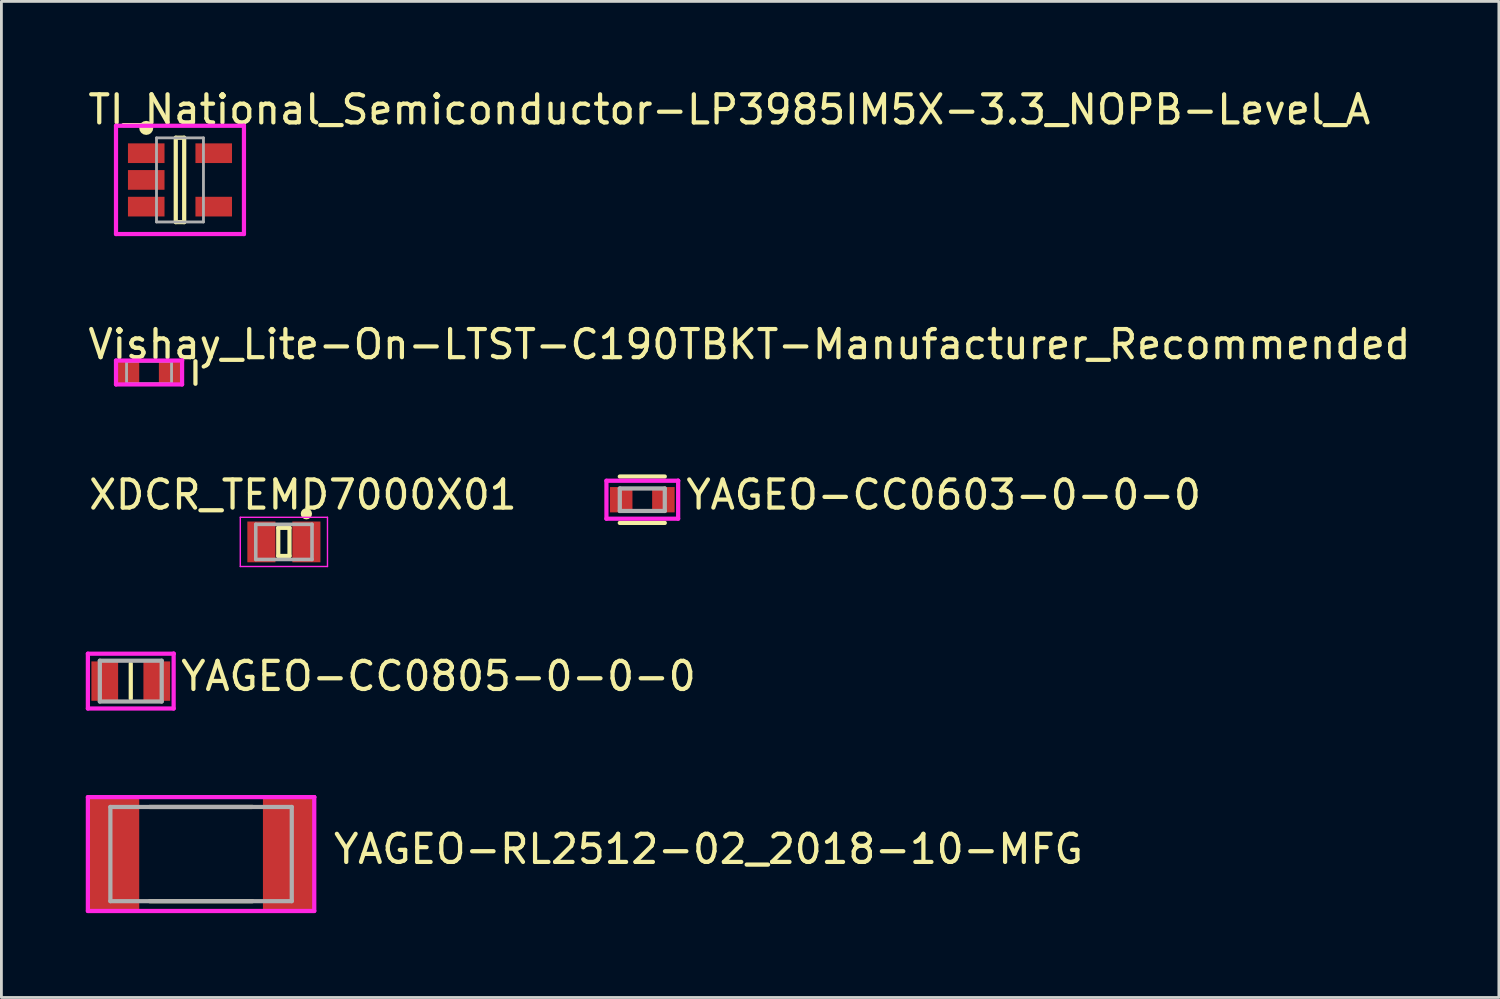
<source format=kicad_pcb>
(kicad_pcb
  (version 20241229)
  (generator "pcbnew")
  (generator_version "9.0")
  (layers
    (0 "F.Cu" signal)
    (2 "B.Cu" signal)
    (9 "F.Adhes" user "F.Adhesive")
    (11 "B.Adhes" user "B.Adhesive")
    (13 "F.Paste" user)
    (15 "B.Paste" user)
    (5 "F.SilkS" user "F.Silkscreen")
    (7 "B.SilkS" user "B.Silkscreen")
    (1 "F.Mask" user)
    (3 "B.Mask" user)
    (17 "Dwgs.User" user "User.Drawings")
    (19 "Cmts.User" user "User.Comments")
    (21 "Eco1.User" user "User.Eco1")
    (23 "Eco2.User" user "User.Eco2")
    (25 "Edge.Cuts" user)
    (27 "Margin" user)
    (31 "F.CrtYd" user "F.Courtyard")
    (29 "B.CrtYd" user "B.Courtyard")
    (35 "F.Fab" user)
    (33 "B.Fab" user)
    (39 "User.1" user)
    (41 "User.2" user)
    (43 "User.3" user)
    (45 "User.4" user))
  (footprint "Vishay_Lite-On-LTST-C190TBKT-Manufacturer_Recommended"
    (layer "F.Cu")
    (at 2.25 10.196)
    (property "Reference" "Vishay_Lite-On-LTST-C190TBKT-Manufacturer_Recommended" (at -2.25 -1 0) (layer "F.SilkS") (effects (font (size 1 1) (thickness 0.15)) (justify left)))
    (attr through_hole)
    (fp_line (start 1.65 0.4) (end 1.65 -0.4) (stroke (width 0.15) (type solid)) (layer "F.SilkS"))
    (fp_line (start -1.175 -0.425) (end -1.175 0.425) (stroke (width 0.15) (type solid)) (layer "F.CrtYd"))
    (fp_line (start -1.175 0.425) (end 1.175 0.425) (stroke (width 0.15) (type solid)) (layer "F.CrtYd"))
    (fp_line (start 1.175 -0.425) (end -1.175 -0.425) (stroke (width 0.15) (type solid)) (layer "F.CrtYd"))
    (fp_line (start 1.175 -0.425) (end 1.175 -0.425) (stroke (width 0.15) (type solid)) (layer "F.CrtYd"))
    (fp_line (start 1.175 0.425) (end 1.175 -0.425) (stroke (width 0.15) (type solid)) (layer "F.CrtYd"))
    (fp_line (start -0.8 -0.4) (end 0.8 -0.4) (stroke (width 0.1) (type solid)) (layer "F.Fab"))
    (fp_line (start -0.8 0.4) (end -0.8 -0.4) (stroke (width 0.1) (type solid)) (layer "F.Fab"))
    (fp_line (start -0.8 0.4) (end 0.8 0.4) (stroke (width 0.1) (type solid)) (layer "F.Fab"))
    (fp_line (start 0.8 0.4) (end 0.8 -0.4) (stroke (width 0.1) (type solid)) (layer "F.Fab"))
    (pad "1" smd rect (at -0.75 0.000001) (size 0.8 0.8) (layers "F.Cu" "F.Mask" "F.Paste"))
    (pad "2" smd rect (at 0.75 -0.000001 180) (size 0.8 0.8) (layers "F.Cu" "F.Mask" "F.Paste")))
  (footprint "XDCR_TEMD7000X01"
    (layer "F.Cu")
    (at 7.045 16.22)
    (property "Reference" "XDCR_TEMD7000X01" (at 0.675 -1.675 0) (layer "F.SilkS") (effects (font (size 1 1) (thickness 0.15))))
    (attr through_hole)
    (fp_line (start -0.2 -0.5) (end -0.2 0.5) (stroke (width 0.15) (type solid)) (layer "F.SilkS"))
    (fp_line (start -0.2 0.5) (end 0.2 0.5) (stroke (width 0.15) (type solid)) (layer "F.SilkS"))
    (fp_line (start 0.2 -0.5) (end -0.2 -0.5) (stroke (width 0.15) (type solid)) (layer "F.SilkS"))
    (fp_line (start 0.2 0.5) (end 0.2 -0.5) (stroke (width 0.15) (type solid)) (layer "F.SilkS"))
    (fp_circle (center 0.8 -1) (end 0.9 -1) (stroke (width 0.2) (type solid)) (fill no) (layer "F.SilkS"))
    (fp_line (start -1.55 0.875) (end -1.55 -0.875) (stroke (width 0.05) (type solid)) (layer "F.CrtYd"))
    (fp_line (start 1.55 -0.875) (end -1.55 -0.875) (stroke (width 0.05) (type solid)) (layer "F.CrtYd"))
    (fp_line (start 1.55 -0.875) (end 1.55 0.875) (stroke (width 0.05) (type solid)) (layer "F.CrtYd"))
    (fp_line (start 1.55 0.875) (end -1.55 0.875) (stroke (width 0.05) (type solid)) (layer "F.CrtYd"))
    (fp_line (start -1 -0.625) (end 1 -0.625) (stroke (width 0.127) (type solid)) (layer "F.Fab"))
    (fp_line (start -1 0.625) (end -1 -0.625) (stroke (width 0.127) (type solid)) (layer "F.Fab"))
    (fp_line (start 1 -0.625) (end 1 0.625) (stroke (width 0.127) (type solid)) (layer "F.Fab"))
    (fp_line (start 1 0.625) (end -1 0.625) (stroke (width 0.127) (type solid)) (layer "F.Fab"))
    (pad "A" smd rect (at -0.8 0) (size 1 1.45) (layers "F.Cu" "F.Mask" "F.Paste"))
    (pad "C" smd rect (at 0.8 0) (size 1 1.45) (layers "F.Cu" "F.Mask" "F.Paste")))
  (footprint "YAGEO-CC0603-0-0-0"
    (layer "F.Cu")
    (at 19.79 14.72)
    (property "Reference" "YAGEO-CC0603-0-0-0" (at 1.475 -0.175 0) (layer "F.SilkS") (effects (font (size 1 1) (thickness 0.15)) (justify left)))
    (attr through_hole)
    (fp_line (start -0.8 -0.825) (end 0.8 -0.825) (stroke (width 0.15) (type solid)) (layer "F.SilkS"))
    (fp_line (start -0.8 0.825) (end 0.8 0.825) (stroke (width 0.15) (type solid)) (layer "F.SilkS"))
    (fp_line (start -1.275 -0.675) (end -1.275 0.675) (stroke (width 0.15) (type solid)) (layer "F.CrtYd"))
    (fp_line (start -1.275 0.675) (end 1.275 0.675) (stroke (width 0.15) (type solid)) (layer "F.CrtYd"))
    (fp_line (start 1.275 -0.675) (end -1.275 -0.675) (stroke (width 0.15) (type solid)) (layer "F.CrtYd"))
    (fp_line (start 1.275 -0.675) (end 1.275 -0.675) (stroke (width 0.15) (type solid)) (layer "F.CrtYd"))
    (fp_line (start 1.275 0.675) (end 1.275 -0.675) (stroke (width 0.15) (type solid)) (layer "F.CrtYd"))
    (fp_line (start -0.8 -0.4) (end 0.8 -0.4) (stroke (width 0.15) (type solid)) (layer "F.Fab"))
    (fp_line (start -0.8 0.4) (end -0.8 -0.4) (stroke (width 0.15) (type solid)) (layer "F.Fab"))
    (fp_line (start 0.8 -0.4) (end 0.8 0.4) (stroke (width 0.15) (type solid)) (layer "F.Fab"))
    (fp_line (start 0.8 0.4) (end -0.8 0.4) (stroke (width 0.15) (type solid)) (layer "F.Fab"))
    (pad "1" smd rect (at -0.75 0) (size 0.8 0.9) (layers "F.Cu" "F.Mask" "F.Paste"))
    (pad "2" smd rect (at 0.75 0) (size 0.8 0.9) (layers "F.Cu" "F.Mask" "F.Paste")))
  (footprint "TI_National_Semiconductor-LP3985IM5X-3.3_NOPB-Level_A"
    (layer "F.Cu")
    (at 3.35 3.348)
    (property "Reference" "TI_National_Semiconductor-LP3985IM5X-3.3_NOPB-Level_A" (at -3.35 -2.5 0) (layer "F.SilkS") (effects (font (size 1 1) (thickness 0.15)) (justify left)))
    (attr through_hole)
    (fp_line (start -0.15 -1.5) (end 0.15 -1.5) (stroke (width 0.15) (type solid)) (layer "F.SilkS"))
    (fp_line (start -0.15 1.5) (end -0.15 -1.5) (stroke (width 0.15) (type solid)) (layer "F.SilkS"))
    (fp_line (start -0.15 1.5) (end 0.15 1.5) (stroke (width 0.15) (type solid)) (layer "F.SilkS"))
    (fp_line (start 0.15 1.5) (end 0.15 -1.5) (stroke (width 0.15) (type solid)) (layer "F.SilkS"))
    (fp_circle (center -1.2 -1.85) (end -1.075 -1.85) (stroke (width 0.25) (type solid)) (fill no) (layer "F.SilkS"))
    (fp_line (start -2.275 -1.925) (end -2.275 1.925) (stroke (width 0.15) (type solid)) (layer "F.CrtYd"))
    (fp_line (start -2.275 1.925) (end 2.275 1.925) (stroke (width 0.15) (type solid)) (layer "F.CrtYd"))
    (fp_line (start 2.275 -1.925) (end -2.275 -1.925) (stroke (width 0.15) (type solid)) (layer "F.CrtYd"))
    (fp_line (start 2.275 -1.925) (end 2.275 -1.925) (stroke (width 0.15) (type solid)) (layer "F.CrtYd"))
    (fp_line (start 2.275 1.925) (end 2.275 -1.925) (stroke (width 0.15) (type solid)) (layer "F.CrtYd"))
    (fp_line (start -0.835 -1.495) (end 0.835 -1.495) (stroke (width 0.1) (type solid)) (layer "F.Fab"))
    (fp_line (start -0.835 1.495) (end -0.835 -1.495) (stroke (width 0.1) (type solid)) (layer "F.Fab"))
    (fp_line (start -0.835 1.495) (end 0.835 1.495) (stroke (width 0.1) (type solid)) (layer "F.Fab"))
    (fp_line (start 0.835 1.495) (end 0.835 -1.495) (stroke (width 0.1) (type solid)) (layer "F.Fab"))
    (pad "1" smd rect (at -1.2 -0.95 270) (size 0.7 1.3) (layers "F.Cu" "F.Mask" "F.Paste"))
    (pad "2" smd rect (at -1.2 -0.000001 270) (size 0.7 1.3) (layers "F.Cu" "F.Mask" "F.Paste"))
    (pad "3" smd rect (at -1.2 0.95 270) (size 0.7 1.3) (layers "F.Cu" "F.Mask" "F.Paste"))
    (pad "4" smd rect (at 1.2 0.95 270) (size 0.7 1.3) (layers "F.Cu" "F.Mask" "F.Paste"))
    (pad "5" smd rect (at 1.2 -0.95 270) (size 0.7 1.3) (layers "F.Cu" "F.Mask" "F.Paste")))
  (footprint "YAGEO-CC0805-0-0-0"
    (layer "F.Cu")
    (at 1.6 21.17)
    (property "Reference" "YAGEO-CC0805-0-0-0" (at 1.7 -0.175 0) (layer "F.SilkS") (effects (font (size 1 1) (thickness 0.15)) (justify left)))
    (attr through_hole)
    (fp_line (start 0 0.625) (end 0 -0.625) (stroke (width 0.15) (type solid)) (layer "F.SilkS"))
    (fp_line (start -1.525 -0.975) (end -1.525 0.975) (stroke (width 0.15) (type solid)) (layer "F.CrtYd"))
    (fp_line (start -1.525 0.975) (end 1.525 0.975) (stroke (width 0.15) (type solid)) (layer "F.CrtYd"))
    (fp_line (start 1.525 -0.975) (end -1.525 -0.975) (stroke (width 0.15) (type solid)) (layer "F.CrtYd"))
    (fp_line (start 1.525 -0.975) (end 1.525 -0.975) (stroke (width 0.15) (type solid)) (layer "F.CrtYd"))
    (fp_line (start 1.525 0.975) (end 1.525 -0.975) (stroke (width 0.15) (type solid)) (layer "F.CrtYd"))
    (fp_line (start -1.1 -0.725) (end 1.1 -0.725) (stroke (width 0.15) (type solid)) (layer "F.Fab"))
    (fp_line (start -1.1 0.725) (end -1.1 -0.725) (stroke (width 0.15) (type solid)) (layer "F.Fab"))
    (fp_line (start 1.1 -0.725) (end 1.1 0.725) (stroke (width 0.15) (type solid)) (layer "F.Fab"))
    (fp_line (start 1.1 0.725) (end -1.1 0.725) (stroke (width 0.15) (type solid)) (layer "F.Fab"))
    (pad "1" smd rect (at -0.925 0) (size 0.95 1.4) (layers "F.Cu" "F.Mask" "F.Paste"))
    (pad "2" smd rect (at 0.925 0) (size 0.95 1.4) (layers "F.Cu" "F.Mask" "F.Paste")))
  (footprint "YAGEO-RL2512-02_2018-10-MFG"
    (layer "F.Cu")
    (at 4.1 27.32)
    (property "Reference" "YAGEO-RL2512-02_2018-10-MFG" (at 4.635 -0.175 0) (layer "F.SilkS") (effects (font (size 1 1) (thickness 0.15)) (justify left)))
    (attr through_hole)
    (fp_line (start -1.825 -1.675) (end 1.825 -1.675) (stroke (width 0.15) (type solid)) (layer "F.SilkS"))
    (fp_line (start -1.825 1.675) (end 1.825 1.675) (stroke (width 0.15) (type solid)) (layer "F.SilkS"))
    (fp_line (start -4.025 -2.025) (end -4.025 2.025) (stroke (width 0.15) (type solid)) (layer "F.CrtYd"))
    (fp_line (start -4.025 2.025) (end 4.025 2.025) (stroke (width 0.15) (type solid)) (layer "F.CrtYd"))
    (fp_line (start 4.025 -2.025) (end -4.025 -2.025) (stroke (width 0.15) (type solid)) (layer "F.CrtYd"))
    (fp_line (start 4.025 -2.025) (end 4.025 -2.025) (stroke (width 0.15) (type solid)) (layer "F.CrtYd"))
    (fp_line (start 4.025 2.025) (end 4.025 -2.025) (stroke (width 0.15) (type solid)) (layer "F.CrtYd"))
    (fp_line (start -3.225 -1.675) (end 3.225 -1.675) (stroke (width 0.15) (type solid)) (layer "F.Fab"))
    (fp_line (start -3.225 1.675) (end -3.225 -1.675) (stroke (width 0.15) (type solid)) (layer "F.Fab"))
    (fp_line (start 3.225 -1.675) (end 3.225 1.675) (stroke (width 0.15) (type solid)) (layer "F.Fab"))
    (fp_line (start 3.225 1.675) (end -3.225 1.675) (stroke (width 0.15) (type solid)) (layer "F.Fab"))
    (pad "1" smd rect (at -3.1 0) (size 1.8 4) (layers "F.Cu" "F.Mask" "F.Paste"))
    (pad "2" smd rect (at 3.1 0) (size 1.8 4) (layers "F.Cu" "F.Mask" "F.Paste")))
  (gr_rect
    (start -3 -3)
    (end 50.25 32.42)
    (stroke (width 0.1) (type default))
    (fill no)
    (layer "Edge.Cuts")))
</source>
